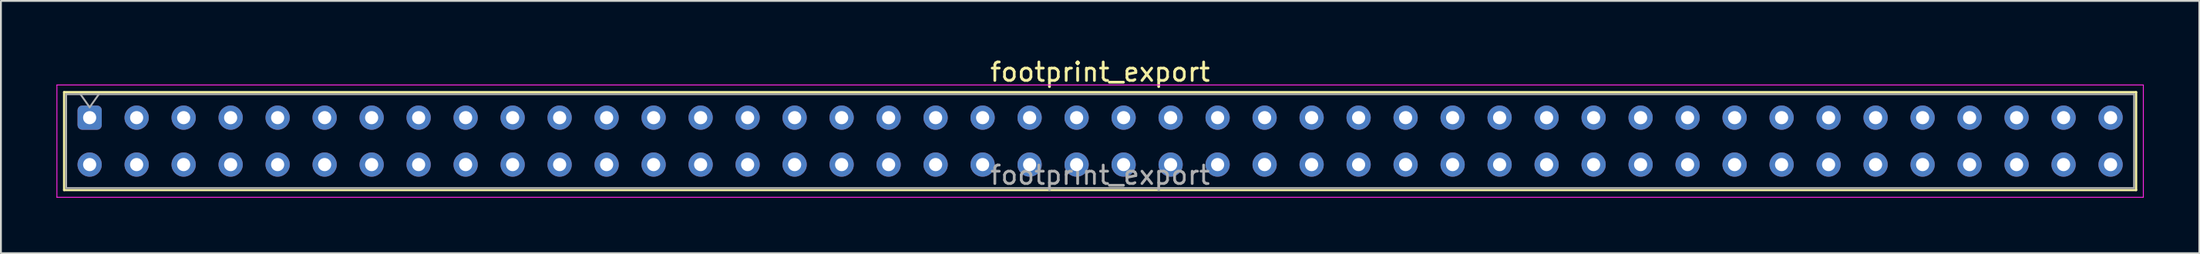
<source format=kicad_pcb>
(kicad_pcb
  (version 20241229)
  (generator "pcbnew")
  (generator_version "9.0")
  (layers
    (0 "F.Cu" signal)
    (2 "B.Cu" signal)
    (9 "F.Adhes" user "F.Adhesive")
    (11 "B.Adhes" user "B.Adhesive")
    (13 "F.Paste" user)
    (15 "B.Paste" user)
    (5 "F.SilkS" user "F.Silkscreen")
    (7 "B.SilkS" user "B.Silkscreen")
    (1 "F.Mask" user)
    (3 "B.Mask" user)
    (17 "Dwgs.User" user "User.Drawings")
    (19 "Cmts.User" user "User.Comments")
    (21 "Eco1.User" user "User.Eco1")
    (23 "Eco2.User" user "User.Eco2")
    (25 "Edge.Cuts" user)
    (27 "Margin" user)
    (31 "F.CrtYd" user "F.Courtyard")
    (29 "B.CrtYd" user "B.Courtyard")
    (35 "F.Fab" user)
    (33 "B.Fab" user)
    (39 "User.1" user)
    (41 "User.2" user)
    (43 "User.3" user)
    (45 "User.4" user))
  (footprint "footprint_export"
    (layer "F.Cu")
    (at 1.795 3.318)
    (property "Reference" "footprint_export" (at 54.61 -2.47 0) (layer "F.SilkS") (effects (font (size 1 1) (thickness 0.15))))
    (attr through_hole)
    (fp_line (start -1.38 -1.38) (end 110.6 -1.38) (stroke (width 0.12) (type solid)) (layer "F.SilkS"))
    (fp_line (start -1.38 3.92) (end -1.38 -1.38) (stroke (width 0.12) (type solid)) (layer "F.SilkS"))
    (fp_line (start 110.6 -1.38) (end 110.6 3.92) (stroke (width 0.12) (type solid)) (layer "F.SilkS"))
    (fp_line (start 110.6 3.92) (end -1.38 3.92) (stroke (width 0.12) (type solid)) (layer "F.SilkS"))
    (fp_line (start -1.77 -1.77) (end 110.99 -1.77) (stroke (width 0.05) (type solid)) (layer "F.CrtYd"))
    (fp_line (start -1.77 4.31) (end -1.77 -1.77) (stroke (width 0.05) (type solid)) (layer "F.CrtYd"))
    (fp_line (start 110.99 -1.77) (end 110.99 4.31) (stroke (width 0.05) (type solid)) (layer "F.CrtYd"))
    (fp_line (start 110.99 4.31) (end -1.77 4.31) (stroke (width 0.05) (type solid)) (layer "F.CrtYd"))
    (fp_line (start -1.27 -1.27) (end 110.49 -1.27) (stroke (width 0.1) (type solid)) (layer "F.Fab"))
    (fp_line (start -1.27 3.81) (end -1.27 -1.27) (stroke (width 0.1) (type solid)) (layer "F.Fab"))
    (fp_line (start -0.5 -1.27) (end 0 -0.563) (stroke (width 0.1) (type solid)) (layer "F.Fab"))
    (fp_line (start 0 -0.563) (end 0.5 -1.27) (stroke (width 0.1) (type solid)) (layer "F.Fab"))
    (fp_line (start 110.49 -1.27) (end 110.49 3.81) (stroke (width 0.1) (type solid)) (layer "F.Fab"))
    (fp_line (start 110.49 3.81) (end -1.27 3.81) (stroke (width 0.1) (type solid)) (layer "F.Fab"))
    (fp_text user "${REFERENCE}" (at 54.61 3.11 0) (layer "F.Fab") (effects (font (size 1 1) (thickness 0.15))))
    (pad "1" thru_hole roundrect (at 0 0) (size 1.31 1.31) (drill 0.71) (layers "*.Cu" "*.Mask") (roundrect_rratio 0.191))
    (pad "2" thru_hole circle (at 0 2.54) (size 1.31 1.31) (drill 0.71) (layers "*.Cu" "*.Mask"))
    (pad "3" thru_hole circle (at 2.54 0) (size 1.31 1.31) (drill 0.71) (layers "*.Cu" "*.Mask"))
    (pad "4" thru_hole circle (at 2.54 2.54) (size 1.31 1.31) (drill 0.71) (layers "*.Cu" "*.Mask"))
    (pad "5" thru_hole circle (at 5.08 0) (size 1.31 1.31) (drill 0.71) (layers "*.Cu" "*.Mask"))
    (pad "6" thru_hole circle (at 5.08 2.54) (size 1.31 1.31) (drill 0.71) (layers "*.Cu" "*.Mask"))
    (pad "7" thru_hole circle (at 7.62 0) (size 1.31 1.31) (drill 0.71) (layers "*.Cu" "*.Mask"))
    (pad "8" thru_hole circle (at 7.62 2.54) (size 1.31 1.31) (drill 0.71) (layers "*.Cu" "*.Mask"))
    (pad "9" thru_hole circle (at 10.16 0) (size 1.31 1.31) (drill 0.71) (layers "*.Cu" "*.Mask"))
    (pad "10" thru_hole circle (at 10.16 2.54) (size 1.31 1.31) (drill 0.71) (layers "*.Cu" "*.Mask"))
    (pad "11" thru_hole circle (at 12.7 0) (size 1.31 1.31) (drill 0.71) (layers "*.Cu" "*.Mask"))
    (pad "12" thru_hole circle (at 12.7 2.54) (size 1.31 1.31) (drill 0.71) (layers "*.Cu" "*.Mask"))
    (pad "13" thru_hole circle (at 15.24 0) (size 1.31 1.31) (drill 0.71) (layers "*.Cu" "*.Mask"))
    (pad "14" thru_hole circle (at 15.24 2.54) (size 1.31 1.31) (drill 0.71) (layers "*.Cu" "*.Mask"))
    (pad "15" thru_hole circle (at 17.78 0) (size 1.31 1.31) (drill 0.71) (layers "*.Cu" "*.Mask"))
    (pad "16" thru_hole circle (at 17.78 2.54) (size 1.31 1.31) (drill 0.71) (layers "*.Cu" "*.Mask"))
    (pad "17" thru_hole circle (at 20.32 0) (size 1.31 1.31) (drill 0.71) (layers "*.Cu" "*.Mask"))
    (pad "18" thru_hole circle (at 20.32 2.54) (size 1.31 1.31) (drill 0.71) (layers "*.Cu" "*.Mask"))
    (pad "19" thru_hole circle (at 22.86 0) (size 1.31 1.31) (drill 0.71) (layers "*.Cu" "*.Mask"))
    (pad "20" thru_hole circle (at 22.86 2.54) (size 1.31 1.31) (drill 0.71) (layers "*.Cu" "*.Mask"))
    (pad "21" thru_hole circle (at 25.4 0) (size 1.31 1.31) (drill 0.71) (layers "*.Cu" "*.Mask"))
    (pad "22" thru_hole circle (at 25.4 2.54) (size 1.31 1.31) (drill 0.71) (layers "*.Cu" "*.Mask"))
    (pad "23" thru_hole circle (at 27.94 0) (size 1.31 1.31) (drill 0.71) (layers "*.Cu" "*.Mask"))
    (pad "24" thru_hole circle (at 27.94 2.54) (size 1.31 1.31) (drill 0.71) (layers "*.Cu" "*.Mask"))
    (pad "25" thru_hole circle (at 30.48 0) (size 1.31 1.31) (drill 0.71) (layers "*.Cu" "*.Mask"))
    (pad "26" thru_hole circle (at 30.48 2.54) (size 1.31 1.31) (drill 0.71) (layers "*.Cu" "*.Mask"))
    (pad "27" thru_hole circle (at 33.02 0) (size 1.31 1.31) (drill 0.71) (layers "*.Cu" "*.Mask"))
    (pad "28" thru_hole circle (at 33.02 2.54) (size 1.31 1.31) (drill 0.71) (layers "*.Cu" "*.Mask"))
    (pad "29" thru_hole circle (at 35.56 0) (size 1.31 1.31) (drill 0.71) (layers "*.Cu" "*.Mask"))
    (pad "30" thru_hole circle (at 35.56 2.54) (size 1.31 1.31) (drill 0.71) (layers "*.Cu" "*.Mask"))
    (pad "31" thru_hole circle (at 38.1 0) (size 1.31 1.31) (drill 0.71) (layers "*.Cu" "*.Mask"))
    (pad "32" thru_hole circle (at 38.1 2.54) (size 1.31 1.31) (drill 0.71) (layers "*.Cu" "*.Mask"))
    (pad "33" thru_hole circle (at 40.64 0) (size 1.31 1.31) (drill 0.71) (layers "*.Cu" "*.Mask"))
    (pad "34" thru_hole circle (at 40.64 2.54) (size 1.31 1.31) (drill 0.71) (layers "*.Cu" "*.Mask"))
    (pad "35" thru_hole circle (at 43.18 0) (size 1.31 1.31) (drill 0.71) (layers "*.Cu" "*.Mask"))
    (pad "36" thru_hole circle (at 43.18 2.54) (size 1.31 1.31) (drill 0.71) (layers "*.Cu" "*.Mask"))
    (pad "37" thru_hole circle (at 45.72 0) (size 1.31 1.31) (drill 0.71) (layers "*.Cu" "*.Mask"))
    (pad "38" thru_hole circle (at 45.72 2.54) (size 1.31 1.31) (drill 0.71) (layers "*.Cu" "*.Mask"))
    (pad "39" thru_hole circle (at 48.26 0) (size 1.31 1.31) (drill 0.71) (layers "*.Cu" "*.Mask"))
    (pad "40" thru_hole circle (at 48.26 2.54) (size 1.31 1.31) (drill 0.71) (layers "*.Cu" "*.Mask"))
    (pad "41" thru_hole circle (at 50.8 0) (size 1.31 1.31) (drill 0.71) (layers "*.Cu" "*.Mask"))
    (pad "42" thru_hole circle (at 50.8 2.54) (size 1.31 1.31) (drill 0.71) (layers "*.Cu" "*.Mask"))
    (pad "43" thru_hole circle (at 53.34 0) (size 1.31 1.31) (drill 0.71) (layers "*.Cu" "*.Mask"))
    (pad "44" thru_hole circle (at 53.34 2.54) (size 1.31 1.31) (drill 0.71) (layers "*.Cu" "*.Mask"))
    (pad "45" thru_hole circle (at 55.88 0) (size 1.31 1.31) (drill 0.71) (layers "*.Cu" "*.Mask"))
    (pad "46" thru_hole circle (at 55.88 2.54) (size 1.31 1.31) (drill 0.71) (layers "*.Cu" "*.Mask"))
    (pad "47" thru_hole circle (at 58.42 0) (size 1.31 1.31) (drill 0.71) (layers "*.Cu" "*.Mask"))
    (pad "48" thru_hole circle (at 58.42 2.54) (size 1.31 1.31) (drill 0.71) (layers "*.Cu" "*.Mask"))
    (pad "49" thru_hole circle (at 60.96 0) (size 1.31 1.31) (drill 0.71) (layers "*.Cu" "*.Mask"))
    (pad "50" thru_hole circle (at 60.96 2.54) (size 1.31 1.31) (drill 0.71) (layers "*.Cu" "*.Mask"))
    (pad "51" thru_hole circle (at 63.5 0) (size 1.31 1.31) (drill 0.71) (layers "*.Cu" "*.Mask"))
    (pad "52" thru_hole circle (at 63.5 2.54) (size 1.31 1.31) (drill 0.71) (layers "*.Cu" "*.Mask"))
    (pad "53" thru_hole circle (at 66.04 0) (size 1.31 1.31) (drill 0.71) (layers "*.Cu" "*.Mask"))
    (pad "54" thru_hole circle (at 66.04 2.54) (size 1.31 1.31) (drill 0.71) (layers "*.Cu" "*.Mask"))
    (pad "55" thru_hole circle (at 68.58 0) (size 1.31 1.31) (drill 0.71) (layers "*.Cu" "*.Mask"))
    (pad "56" thru_hole circle (at 68.58 2.54) (size 1.31 1.31) (drill 0.71) (layers "*.Cu" "*.Mask"))
    (pad "57" thru_hole circle (at 71.12 0) (size 1.31 1.31) (drill 0.71) (layers "*.Cu" "*.Mask"))
    (pad "58" thru_hole circle (at 71.12 2.54) (size 1.31 1.31) (drill 0.71) (layers "*.Cu" "*.Mask"))
    (pad "59" thru_hole circle (at 73.66 0) (size 1.31 1.31) (drill 0.71) (layers "*.Cu" "*.Mask"))
    (pad "60" thru_hole circle (at 73.66 2.54) (size 1.31 1.31) (drill 0.71) (layers "*.Cu" "*.Mask"))
    (pad "61" thru_hole circle (at 76.2 0) (size 1.31 1.31) (drill 0.71) (layers "*.Cu" "*.Mask"))
    (pad "62" thru_hole circle (at 76.2 2.54) (size 1.31 1.31) (drill 0.71) (layers "*.Cu" "*.Mask"))
    (pad "63" thru_hole circle (at 78.74 0) (size 1.31 1.31) (drill 0.71) (layers "*.Cu" "*.Mask"))
    (pad "64" thru_hole circle (at 78.74 2.54) (size 1.31 1.31) (drill 0.71) (layers "*.Cu" "*.Mask"))
    (pad "65" thru_hole circle (at 81.28 0) (size 1.31 1.31) (drill 0.71) (layers "*.Cu" "*.Mask"))
    (pad "66" thru_hole circle (at 81.28 2.54) (size 1.31 1.31) (drill 0.71) (layers "*.Cu" "*.Mask"))
    (pad "67" thru_hole circle (at 83.82 0) (size 1.31 1.31) (drill 0.71) (layers "*.Cu" "*.Mask"))
    (pad "68" thru_hole circle (at 83.82 2.54) (size 1.31 1.31) (drill 0.71) (layers "*.Cu" "*.Mask"))
    (pad "69" thru_hole circle (at 86.36 0) (size 1.31 1.31) (drill 0.71) (layers "*.Cu" "*.Mask"))
    (pad "70" thru_hole circle (at 86.36 2.54) (size 1.31 1.31) (drill 0.71) (layers "*.Cu" "*.Mask"))
    (pad "71" thru_hole circle (at 88.9 0) (size 1.31 1.31) (drill 0.71) (layers "*.Cu" "*.Mask"))
    (pad "72" thru_hole circle (at 88.9 2.54) (size 1.31 1.31) (drill 0.71) (layers "*.Cu" "*.Mask"))
    (pad "73" thru_hole circle (at 91.44 0) (size 1.31 1.31) (drill 0.71) (layers "*.Cu" "*.Mask"))
    (pad "74" thru_hole circle (at 91.44 2.54) (size 1.31 1.31) (drill 0.71) (layers "*.Cu" "*.Mask"))
    (pad "75" thru_hole circle (at 93.98 0) (size 1.31 1.31) (drill 0.71) (layers "*.Cu" "*.Mask"))
    (pad "76" thru_hole circle (at 93.98 2.54) (size 1.31 1.31) (drill 0.71) (layers "*.Cu" "*.Mask"))
    (pad "77" thru_hole circle (at 96.52 0) (size 1.31 1.31) (drill 0.71) (layers "*.Cu" "*.Mask"))
    (pad "78" thru_hole circle (at 96.52 2.54) (size 1.31 1.31) (drill 0.71) (layers "*.Cu" "*.Mask"))
    (pad "79" thru_hole circle (at 99.06 0) (size 1.31 1.31) (drill 0.71) (layers "*.Cu" "*.Mask"))
    (pad "80" thru_hole circle (at 99.06 2.54) (size 1.31 1.31) (drill 0.71) (layers "*.Cu" "*.Mask"))
    (pad "81" thru_hole circle (at 101.6 0) (size 1.31 1.31) (drill 0.71) (layers "*.Cu" "*.Mask"))
    (pad "82" thru_hole circle (at 101.6 2.54) (size 1.31 1.31) (drill 0.71) (layers "*.Cu" "*.Mask"))
    (pad "83" thru_hole circle (at 104.14 0) (size 1.31 1.31) (drill 0.71) (layers "*.Cu" "*.Mask"))
    (pad "84" thru_hole circle (at 104.14 2.54) (size 1.31 1.31) (drill 0.71) (layers "*.Cu" "*.Mask"))
    (pad "85" thru_hole circle (at 106.68 0) (size 1.31 1.31) (drill 0.71) (layers "*.Cu" "*.Mask"))
    (pad "86" thru_hole circle (at 106.68 2.54) (size 1.31 1.31) (drill 0.71) (layers "*.Cu" "*.Mask"))
    (pad "87" thru_hole circle (at 109.22 0) (size 1.31 1.31) (drill 0.71) (layers "*.Cu" "*.Mask"))
    (pad "88" thru_hole circle (at 109.22 2.54) (size 1.31 1.31) (drill 0.71) (layers "*.Cu" "*.Mask")))
  (gr_rect
    (start -3 -3)
    (end 115.81 10.653)
    (stroke (width 0.1) (type default))
    (fill no)
    (layer "Edge.Cuts")))
</source>
